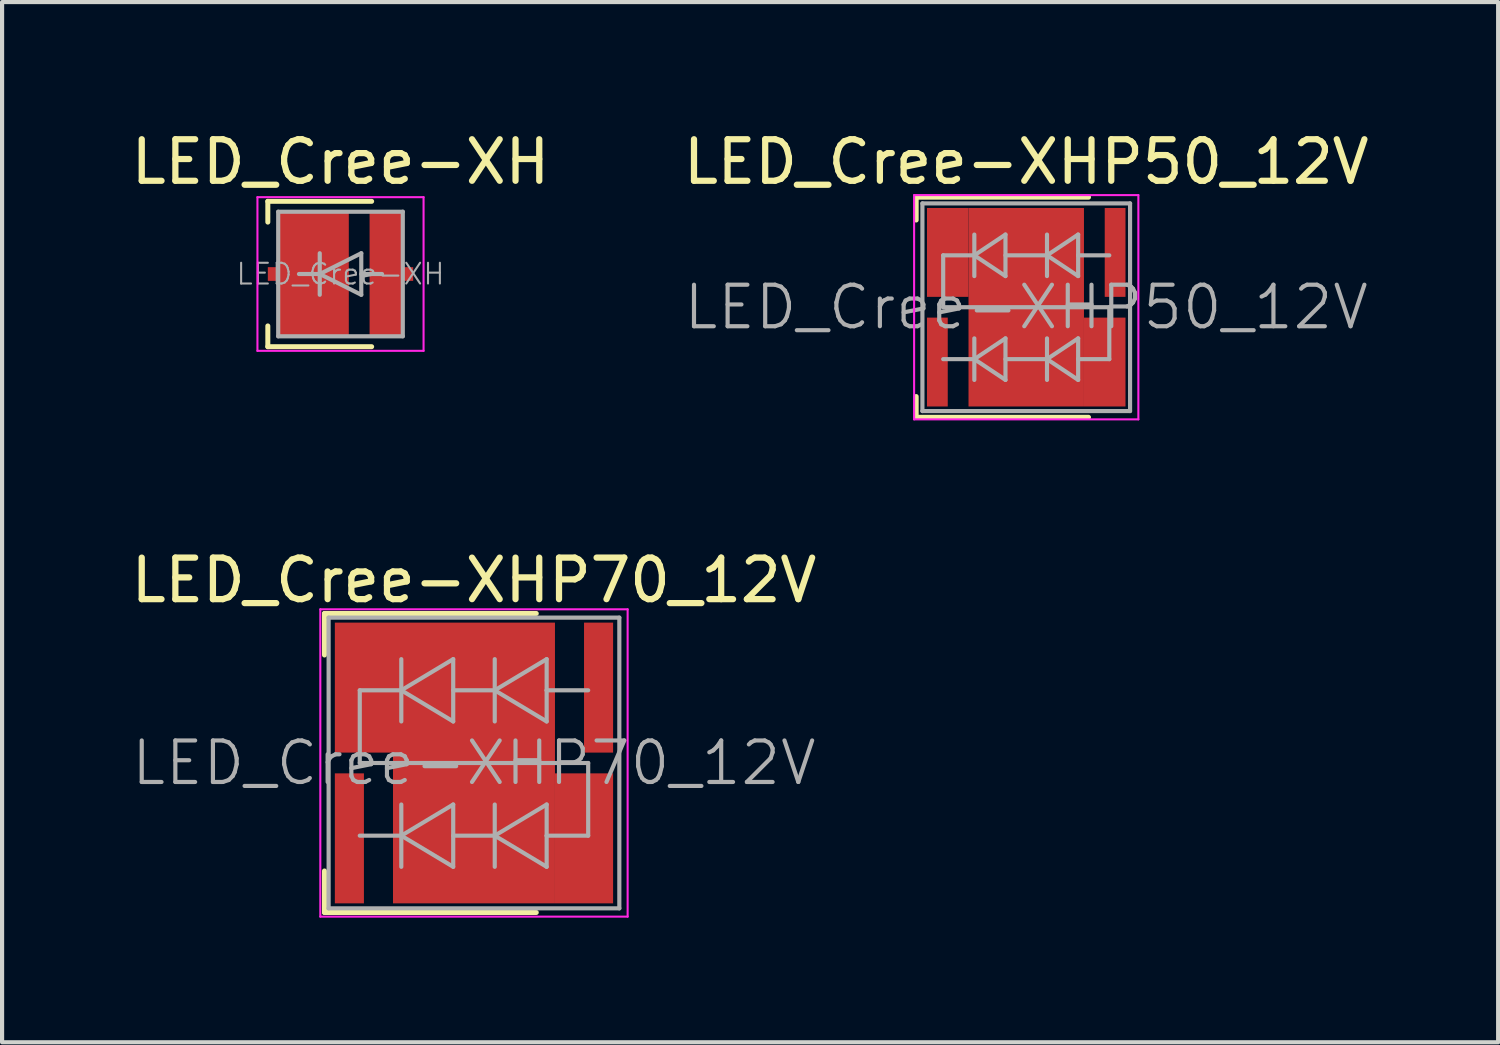
<source format=kicad_pcb>
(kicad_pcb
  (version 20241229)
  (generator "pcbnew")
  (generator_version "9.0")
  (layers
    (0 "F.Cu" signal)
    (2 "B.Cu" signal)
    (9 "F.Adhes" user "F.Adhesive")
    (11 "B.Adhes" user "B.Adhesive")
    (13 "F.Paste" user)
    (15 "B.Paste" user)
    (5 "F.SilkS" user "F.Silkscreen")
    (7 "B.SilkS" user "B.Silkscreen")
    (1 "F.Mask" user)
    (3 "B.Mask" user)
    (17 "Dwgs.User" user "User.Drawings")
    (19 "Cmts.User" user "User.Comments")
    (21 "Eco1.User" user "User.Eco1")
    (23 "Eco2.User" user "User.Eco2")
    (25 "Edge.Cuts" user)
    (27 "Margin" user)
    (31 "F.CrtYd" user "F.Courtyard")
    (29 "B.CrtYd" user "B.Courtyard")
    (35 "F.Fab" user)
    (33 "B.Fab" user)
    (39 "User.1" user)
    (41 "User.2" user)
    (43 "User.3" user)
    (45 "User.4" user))
  (footprint "LED_Cree-XHP50_12V"
    (layer "F.Cu")
    (at 21.661 4.348)
    (property "Reference" "LED_Cree-XHP50_12V" (at 0 -3.5 0) (layer "F.SilkS") (effects (font (size 1 1) (thickness 0.15))))
    (attr smd)
    (fp_line (start -2.65 -2.65) (end -2.65 -2.1) (stroke (width 0.12) (type solid)) (layer "F.SilkS"))
    (fp_line (start -2.65 2.65) (end -2.65 2.15) (stroke (width 0.12) (type solid)) (layer "F.SilkS"))
    (fp_line (start 1.5 -2.65) (end -2.65 -2.65) (stroke (width 0.12) (type solid)) (layer "F.SilkS"))
    (fp_line (start 1.5 2.65) (end -2.65 2.65) (stroke (width 0.12) (type solid)) (layer "F.SilkS"))
    (fp_line (start -2.7 -2.7) (end -2.7 2.7) (stroke (width 0.05) (type solid)) (layer "F.CrtYd"))
    (fp_line (start -2.7 2.7) (end 2.7 2.7) (stroke (width 0.05) (type solid)) (layer "F.CrtYd"))
    (fp_line (start 2.7 -2.7) (end -2.7 -2.7) (stroke (width 0.05) (type solid)) (layer "F.CrtYd"))
    (fp_line (start 2.7 2.7) (end 2.7 -2.7) (stroke (width 0.05) (type solid)) (layer "F.CrtYd"))
    (fp_line (start -2.5 -2.5) (end 2.5 -2.5) (stroke (width 0.1) (type solid)) (layer "F.Fab"))
    (fp_line (start -2.5 2.5) (end -2.5 -2.5) (stroke (width 0.1) (type solid)) (layer "F.Fab"))
    (fp_line (start -2 -1.25) (end -2 0) (stroke (width 0.1) (type solid)) (layer "F.Fab"))
    (fp_line (start -2 -1.25) (end -1.25 -1.25) (stroke (width 0.1) (type solid)) (layer "F.Fab"))
    (fp_line (start -2 0) (end 2 0) (stroke (width 0.1) (type solid)) (layer "F.Fab"))
    (fp_line (start -2 1.25) (end -1.25 1.25) (stroke (width 0.1) (type solid)) (layer "F.Fab"))
    (fp_line (start -1.25 -1.25) (end -1.25 -1.75) (stroke (width 0.1) (type solid)) (layer "F.Fab"))
    (fp_line (start -1.25 -1.25) (end -1.25 -0.75) (stroke (width 0.1) (type solid)) (layer "F.Fab"))
    (fp_line (start -1.25 -1.25) (end -0.5 -1.75) (stroke (width 0.1) (type solid)) (layer "F.Fab"))
    (fp_line (start -1.25 1.25) (end -1.25 0.75) (stroke (width 0.1) (type solid)) (layer "F.Fab"))
    (fp_line (start -1.25 1.25) (end -1.25 1.75) (stroke (width 0.1) (type solid)) (layer "F.Fab"))
    (fp_line (start -1.25 1.25) (end -0.5 0.75) (stroke (width 0.1) (type solid)) (layer "F.Fab"))
    (fp_line (start -0.5 -1.75) (end -0.5 -0.75) (stroke (width 0.1) (type solid)) (layer "F.Fab"))
    (fp_line (start -0.5 -1.25) (end 0.5 -1.25) (stroke (width 0.1) (type solid)) (layer "F.Fab"))
    (fp_line (start -0.5 -0.75) (end -1.25 -1.25) (stroke (width 0.1) (type solid)) (layer "F.Fab"))
    (fp_line (start -0.5 0.75) (end -0.5 1.75) (stroke (width 0.1) (type solid)) (layer "F.Fab"))
    (fp_line (start -0.5 1.25) (end 0.5 1.25) (stroke (width 0.1) (type solid)) (layer "F.Fab"))
    (fp_line (start -0.5 1.75) (end -1.25 1.25) (stroke (width 0.1) (type solid)) (layer "F.Fab"))
    (fp_line (start 0.5 -1.75) (end 0.5 -0.75) (stroke (width 0.1) (type solid)) (layer "F.Fab"))
    (fp_line (start 0.5 -1.25) (end 1.25 -0.75) (stroke (width 0.1) (type solid)) (layer "F.Fab"))
    (fp_line (start 0.5 0.75) (end 0.5 1.75) (stroke (width 0.1) (type solid)) (layer "F.Fab"))
    (fp_line (start 0.5 1.25) (end 1.25 1.75) (stroke (width 0.1) (type solid)) (layer "F.Fab"))
    (fp_line (start 1.25 -1.75) (end 0.5 -1.25) (stroke (width 0.1) (type solid)) (layer "F.Fab"))
    (fp_line (start 1.25 -1.25) (end 1.25 -1.75) (stroke (width 0.1) (type solid)) (layer "F.Fab"))
    (fp_line (start 1.25 -0.75) (end 1.25 -1.25) (stroke (width 0.1) (type solid)) (layer "F.Fab"))
    (fp_line (start 1.25 0.75) (end 0.5 1.25) (stroke (width 0.1) (type solid)) (layer "F.Fab"))
    (fp_line (start 1.25 0.75) (end 1.25 1.75) (stroke (width 0.1) (type solid)) (layer "F.Fab"))
    (fp_line (start 2 -1.25) (end 1.25 -1.25) (stroke (width 0.1) (type solid)) (layer "F.Fab"))
    (fp_line (start 2 0) (end 2 1.25) (stroke (width 0.1) (type solid)) (layer "F.Fab"))
    (fp_line (start 2 1.25) (end 1.25 1.25) (stroke (width 0.1) (type solid)) (layer "F.Fab"))
    (fp_line (start 2.5 -2.5) (end 2.5 2.5) (stroke (width 0.1) (type solid)) (layer "F.Fab"))
    (fp_line (start 2.5 2.5) (end -2.5 2.5) (stroke (width 0.1) (type solid)) (layer "F.Fab"))
    (fp_text user "${REFERENCE}" (at 0 0 0) (layer "F.Fab") (effects (font (size 1 1) (thickness 0.1))))
    (pad "" smd rect (at -2.14 -1.32) (size 0.5 2.14) (layers "F.Paste"))
    (pad "" smd rect (at -0.61 -1.575) (size 0.97 0.8) (layers "F.Paste"))
    (pad "" smd rect (at -0.61 -0.525) (size 0.97 0.8) (layers "F.Paste"))
    (pad "" smd rect (at -0.61 0.525) (size 0.97 0.8) (layers "F.Paste"))
    (pad "" smd rect (at -0.61 1.575) (size 0.97 0.8) (layers "F.Paste"))
    (pad "" smd rect (at 0.61 -1.575) (size 0.97 0.8) (layers "F.Paste"))
    (pad "" smd rect (at 0.61 -0.525) (size 0.97 0.8) (layers "F.Paste"))
    (pad "" smd rect (at 0.61 0.525) (size 0.97 0.8) (layers "F.Paste"))
    (pad "" smd rect (at 0.61 1.575) (size 0.97 0.8) (layers "F.Paste"))
    (pad "" smd rect (at 2.14 1.32) (size 0.5 2.14) (layers "F.Paste"))
    (pad "1" smd rect (at -2.14 1.32) (size 0.5 2.14) (layers "F.Cu" "F.Mask" "F.Paste"))
    (pad "2" smd rect (at 2.14 -1.32) (size 0.5 2.14) (layers "F.Cu" "F.Mask" "F.Paste"))
    (pad "3" smd rect (at -1.89 -1.32) (size 1 2.14) (layers "F.Cu" "F.Mask"))
    (pad "3" smd rect (at 0 0) (size 2.78 4.78) (layers "F.Cu" "F.Mask"))
    (pad "3" smd rect (at 1.89 1.32) (size 1 2.14) (layers "F.Cu" "F.Mask")))
  (footprint "LED_Cree-XH"
    (layer "F.Cu")
    (at 5.149 3.548)
    (property "Reference" "LED_Cree-XH" (at 0 -2.7 0) (layer "F.SilkS") (effects (font (size 1 1) (thickness 0.15))))
    (attr smd)
    (fp_line (start -1.75 -1.75) (end -1.75 -1.25) (stroke (width 0.12) (type solid)) (layer "F.SilkS"))
    (fp_line (start -1.75 1.25) (end -1.75 1.75) (stroke (width 0.12) (type solid)) (layer "F.SilkS"))
    (fp_line (start -1.75 1.75) (end 0.75 1.75) (stroke (width 0.12) (type solid)) (layer "F.SilkS"))
    (fp_line (start 0.75 -1.75) (end -1.75 -1.75) (stroke (width 0.12) (type solid)) (layer "F.SilkS"))
    (fp_line (start -2 -1.85) (end -2 1.85) (stroke (width 0.05) (type solid)) (layer "F.CrtYd"))
    (fp_line (start -2 1.85) (end 2 1.85) (stroke (width 0.05) (type solid)) (layer "F.CrtYd"))
    (fp_line (start 2 -1.85) (end -2 -1.85) (stroke (width 0.05) (type solid)) (layer "F.CrtYd"))
    (fp_line (start 2 1.85) (end 2 -1.85) (stroke (width 0.05) (type solid)) (layer "F.CrtYd"))
    (fp_line (start -1.5 -1.5) (end 1.5 -1.5) (stroke (width 0.1) (type solid)) (layer "F.Fab"))
    (fp_line (start -1.5 1.5) (end -1.5 -1.5) (stroke (width 0.1) (type solid)) (layer "F.Fab"))
    (fp_line (start -1 0) (end -0.5 0) (stroke (width 0.1) (type solid)) (layer "F.Fab"))
    (fp_line (start -0.5 -0.5) (end -0.5 0.5) (stroke (width 0.1) (type solid)) (layer "F.Fab"))
    (fp_line (start -0.5 0) (end 0.5 -0.5) (stroke (width 0.1) (type solid)) (layer "F.Fab"))
    (fp_line (start 0.5 -0.5) (end 0.5 0.5) (stroke (width 0.1) (type solid)) (layer "F.Fab"))
    (fp_line (start 0.5 0.5) (end -0.5 0) (stroke (width 0.1) (type solid)) (layer "F.Fab"))
    (fp_line (start 1 0) (end 0.5 0) (stroke (width 0.1) (type solid)) (layer "F.Fab"))
    (fp_line (start 1.5 -1.5) (end 1.5 1.5) (stroke (width 0.1) (type solid)) (layer "F.Fab"))
    (fp_line (start 1.5 1.5) (end -1.5 1.5) (stroke (width 0.1) (type solid)) (layer "F.Fab"))
    (fp_text user "${REFERENCE}" (at 0 0 0) (layer "F.Fab") (effects (font (size 0.5 0.5) (thickness 0.05))))
    (pad "" smd rect (at -0.65 -0.75) (size 1.35 1.2) (layers "F.Paste"))
    (pad "" smd rect (at -0.65 0.75) (size 1.35 1.2) (layers "F.Paste"))
    (pad "" smd rect (at 1.1 -0.75) (size 0.7 1.2) (layers "F.Paste"))
    (pad "" smd rect (at 1.1 0.75) (size 0.7 1.2) (layers "F.Paste"))
    (pad "1" smd rect (at -1.5 0) (size 0.5 0.33) (layers "F.Cu" "F.Mask"))
    (pad "1" smd rect (at -0.65 0) (size 1.7 3) (layers "F.Cu" "F.Mask"))
    (pad "2" smd rect (at 1.1 0) (size 0.8 3) (layers "F.Cu" "F.Mask"))
    (pad "2" smd rect (at 1.5 0) (size 0.5 0.33) (layers "F.Cu" "F.Mask")))
  (footprint "LED_Cree-XHP70_12V"
    (layer "F.Cu")
    (at 8.363 15.322)
    (property "Reference" "LED_Cree-XHP70_12V" (at 0 -4.4 0) (layer "F.SilkS") (effects (font (size 1 1) (thickness 0.15))))
    (attr smd)
    (fp_line (start -3.6 -3.6) (end -3.6 -2.6) (stroke (width 0.12) (type solid)) (layer "F.SilkS"))
    (fp_line (start -3.6 3.6) (end -3.6 2.6) (stroke (width 0.12) (type solid)) (layer "F.SilkS"))
    (fp_line (start 1.5 -3.6) (end -3.6 -3.6) (stroke (width 0.12) (type solid)) (layer "F.SilkS"))
    (fp_line (start 1.5 3.6) (end -3.6 3.6) (stroke (width 0.12) (type solid)) (layer "F.SilkS"))
    (fp_line (start -3.7 -3.7) (end -3.7 3.7) (stroke (width 0.05) (type solid)) (layer "F.CrtYd"))
    (fp_line (start -3.7 3.7) (end 3.7 3.7) (stroke (width 0.05) (type solid)) (layer "F.CrtYd"))
    (fp_line (start 3.7 -3.7) (end -3.7 -3.7) (stroke (width 0.05) (type solid)) (layer "F.CrtYd"))
    (fp_line (start 3.7 3.7) (end 3.7 -3.7) (stroke (width 0.05) (type solid)) (layer "F.CrtYd"))
    (fp_line (start -3.5 -3.5) (end -3.5 3.5) (stroke (width 0.1) (type solid)) (layer "F.Fab"))
    (fp_line (start -3.5 3.5) (end 3.5 3.5) (stroke (width 0.1) (type solid)) (layer "F.Fab"))
    (fp_line (start -2.75 -1.75) (end -2.75 0) (stroke (width 0.1) (type solid)) (layer "F.Fab"))
    (fp_line (start -2.75 -1.75) (end -1.75 -1.75) (stroke (width 0.1) (type solid)) (layer "F.Fab"))
    (fp_line (start -2.75 0) (end 2.75 0) (stroke (width 0.1) (type solid)) (layer "F.Fab"))
    (fp_line (start -2.75 1.75) (end -1.75 1.75) (stroke (width 0.1) (type solid)) (layer "F.Fab"))
    (fp_line (start -1.75 -1.75) (end -1.75 -2.5) (stroke (width 0.1) (type solid)) (layer "F.Fab"))
    (fp_line (start -1.75 -1.75) (end -1.75 -1) (stroke (width 0.1) (type solid)) (layer "F.Fab"))
    (fp_line (start -1.75 -1.75) (end -0.5 -1) (stroke (width 0.1) (type solid)) (layer "F.Fab"))
    (fp_line (start -1.75 1.75) (end -1.75 1) (stroke (width 0.1) (type solid)) (layer "F.Fab"))
    (fp_line (start -1.75 1.75) (end -1.75 2.5) (stroke (width 0.1) (type solid)) (layer "F.Fab"))
    (fp_line (start -1.75 1.75) (end -0.5 2.5) (stroke (width 0.1) (type solid)) (layer "F.Fab"))
    (fp_line (start -0.5 -2.5) (end -1.75 -1.75) (stroke (width 0.1) (type solid)) (layer "F.Fab"))
    (fp_line (start -0.5 -1.75) (end 0.5 -1.75) (stroke (width 0.1) (type solid)) (layer "F.Fab"))
    (fp_line (start -0.5 -1) (end -0.5 -2.5) (stroke (width 0.1) (type solid)) (layer "F.Fab"))
    (fp_line (start -0.5 1) (end -1.75 1.75) (stroke (width 0.1) (type solid)) (layer "F.Fab"))
    (fp_line (start -0.5 1.75) (end 0.5 1.75) (stroke (width 0.1) (type solid)) (layer "F.Fab"))
    (fp_line (start -0.5 2.5) (end -0.5 1) (stroke (width 0.1) (type solid)) (layer "F.Fab"))
    (fp_line (start 0.5 -2.5) (end 0.5 -1) (stroke (width 0.1) (type solid)) (layer "F.Fab"))
    (fp_line (start 0.5 -1.75) (end 1.75 -2.5) (stroke (width 0.1) (type solid)) (layer "F.Fab"))
    (fp_line (start 0.5 1) (end 0.5 2.5) (stroke (width 0.1) (type solid)) (layer "F.Fab"))
    (fp_line (start 0.5 1.75) (end 1.75 1) (stroke (width 0.1) (type solid)) (layer "F.Fab"))
    (fp_line (start 1.75 -1.75) (end 1.75 -2.5) (stroke (width 0.1) (type solid)) (layer "F.Fab"))
    (fp_line (start 1.75 -1.75) (end 1.75 -1) (stroke (width 0.1) (type solid)) (layer "F.Fab"))
    (fp_line (start 1.75 -1) (end 0.5 -1.75) (stroke (width 0.1) (type solid)) (layer "F.Fab"))
    (fp_line (start 1.75 1.75) (end 1.75 1) (stroke (width 0.1) (type solid)) (layer "F.Fab"))
    (fp_line (start 1.75 1.75) (end 1.75 2.5) (stroke (width 0.1) (type solid)) (layer "F.Fab"))
    (fp_line (start 1.75 2.5) (end 0.5 1.75) (stroke (width 0.1) (type solid)) (layer "F.Fab"))
    (fp_line (start 2.75 -1.75) (end 1.75 -1.75) (stroke (width 0.1) (type solid)) (layer "F.Fab"))
    (fp_line (start 2.75 0) (end 2.75 1.75) (stroke (width 0.1) (type solid)) (layer "F.Fab"))
    (fp_line (start 2.75 1.75) (end 1.75 1.75) (stroke (width 0.1) (type solid)) (layer "F.Fab"))
    (fp_line (start 3.5 -3.5) (end -3.5 -3.5) (stroke (width 0.1) (type solid)) (layer "F.Fab"))
    (fp_line (start 3.5 3.5) (end 3.5 -3.5) (stroke (width 0.1) (type solid)) (layer "F.Fab"))
    (fp_text user "${REFERENCE}" (at 0 0 0) (layer "F.Fab") (effects (font (size 1 1) (thickness 0.1))))
    (pad "" smd rect (at -3 -1.815) (size 0.7 3.13) (layers "F.Paste"))
    (pad "" smd rect (at -0.77 -2.31) (size 1.29 1.29) (layers "F.Paste"))
    (pad "" smd rect (at -0.77 -0.77) (size 1.29 1.29) (layers "F.Paste"))
    (pad "" smd rect (at -0.77 0.77) (size 1.29 1.29) (layers "F.Paste"))
    (pad "" smd rect (at -0.77 2.31) (size 1.29 1.29) (layers "F.Paste"))
    (pad "" smd rect (at 0.77 -2.31) (size 1.29 1.29) (layers "F.Paste"))
    (pad "" smd rect (at 0.77 -0.77) (size 1.29 1.29) (layers "F.Paste"))
    (pad "" smd rect (at 0.77 0.77) (size 1.29 1.29) (layers "F.Paste"))
    (pad "" smd rect (at 0.77 2.31) (size 1.29 1.29) (layers "F.Paste"))
    (pad "" smd rect (at 3 1.815) (size 0.7 3.13) (layers "F.Paste"))
    (pad "1" smd rect (at -3 1.815) (size 0.7 3.13) (layers "F.Cu" "F.Mask" "F.Paste"))
    (pad "2" smd rect (at 3 -1.815) (size 0.7 3.13) (layers "F.Cu" "F.Mask" "F.Paste"))
    (pad "3" smd rect (at -2.65 -1.815) (size 1.4 3.13) (layers "F.Cu" "F.Mask"))
    (pad "3" smd rect (at 0 0) (size 3.9 6.76) (layers "F.Cu" "F.Mask"))
    (pad "3" smd rect (at 2.65 1.815) (size 1.4 3.13) (layers "F.Cu" "F.Mask")))
  (gr_rect
    (start -3 -3)
    (end 33.024 22.047)
    (stroke (width 0.1) (type default))
    (fill no)
    (layer "Edge.Cuts")))
</source>
